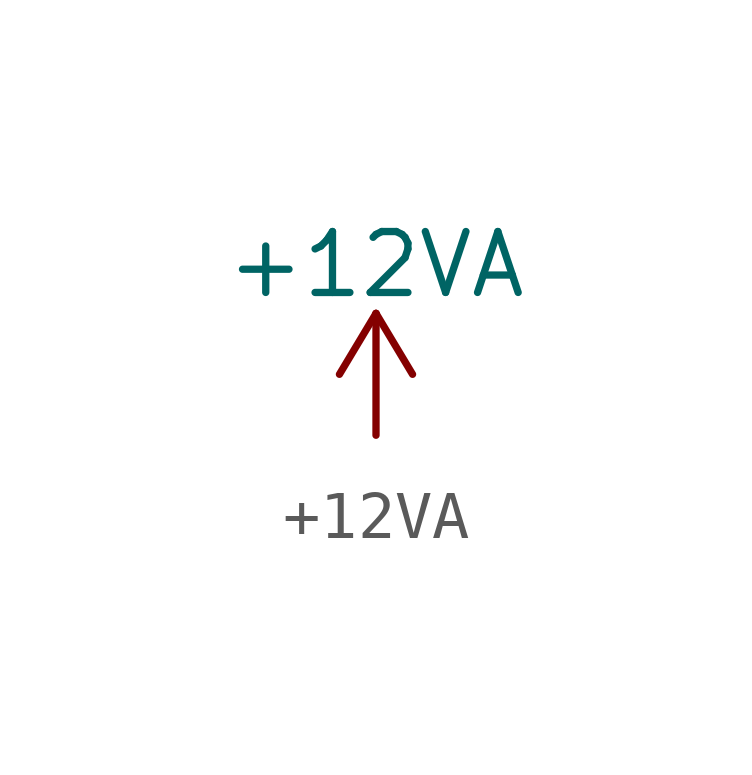
<source format=kicad_sym>
(kicad_symbol_lib
  (version 20211014)
  (generator kicad_symbol_editor)
  (symbol "+12VA"
    (power)
    (pin_names
      (offset 0))
    (property "Reference" "#PWR"
      (at 0 -3.81 0)
      (effects (font (size 1.27 1.27)) hide))
    (property "Value" "+12VA"
      (at 0 3.556 0)
      (effects (font (size 1.27 1.27))))
    (symbol "+12VA_0_1"
      (polyline (pts (xy -0.762 1.27) (xy 0 2.54)) (stroke (width 0) (type default) (color 0 0 0 0)) (fill (type none)))
      (polyline (pts (xy 0 0) (xy 0 2.54)) (stroke (width 0) (type default) (color 0 0 0 0)) (fill (type none)))
      (polyline (pts (xy 0 2.54) (xy 0.762 1.27)) (stroke (width 0) (type default) (color 0 0 0 0)) (fill (type none))))
    (symbol "+12VA_1_1"
      (pin power_in line (at 0 0 90) (length 0) hide (name "+12VA" (effects (font (size 1.27 1.27)))) (number "1" (effects (font (size 1.27 1.27))))))))
</source>
